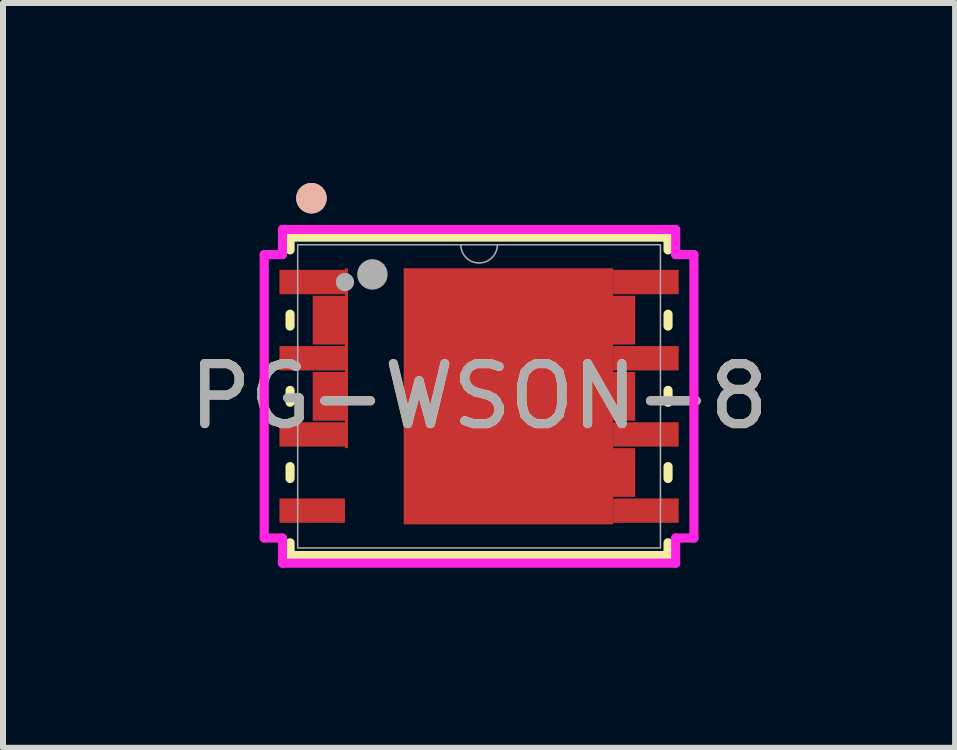
<source format=kicad_pcb>
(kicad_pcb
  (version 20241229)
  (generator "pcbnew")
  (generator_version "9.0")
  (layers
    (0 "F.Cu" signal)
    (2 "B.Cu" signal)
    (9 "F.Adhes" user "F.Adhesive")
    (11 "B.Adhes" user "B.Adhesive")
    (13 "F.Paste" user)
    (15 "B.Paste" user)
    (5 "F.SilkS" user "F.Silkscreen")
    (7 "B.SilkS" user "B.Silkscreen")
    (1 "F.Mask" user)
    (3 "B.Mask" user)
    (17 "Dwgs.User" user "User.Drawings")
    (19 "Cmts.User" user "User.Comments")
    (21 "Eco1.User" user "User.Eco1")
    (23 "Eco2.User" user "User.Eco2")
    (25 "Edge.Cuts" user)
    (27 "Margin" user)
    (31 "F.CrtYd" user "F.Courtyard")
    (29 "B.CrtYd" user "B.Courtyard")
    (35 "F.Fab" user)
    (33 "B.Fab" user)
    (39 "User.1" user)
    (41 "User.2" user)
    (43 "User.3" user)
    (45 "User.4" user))
  (footprint "PG-WSON-8"
    (layer "F.Cu")
    (at 4.935 3.556)
    (property "Reference" "PG-WSON-8" (at 0 0 0) (unlocked yes) (layer "F.SilkS") (effects (font (size 1 1) (thickness 0.15))))
    (attr smd)
    (fp_poly (pts (xy -2.185 -2.134) (xy -2.185 0.864) (xy -2.235 0.864) (xy -2.235 0.406) (xy -2.773 0.406) (xy -2.773 -0.406) (xy -2.235 -0.406) (xy -2.235 -0.864) (xy -2.773 -0.864) (xy -2.773 -1.676) (xy -2.235 -1.676) (xy -2.235 -2.134)) (stroke (width 0) (type solid)) (fill yes) (layer "F.Cu"))
    (fp_poly (pts (xy -1.257 -2.134) (xy -1.257 2.134) (xy 2.603 2.134) (xy 2.235 2.134) (xy 2.235 1.676) (xy 2.603 1.676) (xy 2.603 0.864) (xy 2.235 0.864) (xy 2.235 0.406) (xy 2.603 0.406) (xy 2.603 -0.406) (xy 2.235 -0.406) (xy 2.235 -0.864) (xy 2.603 -0.864) (xy 2.603 -1.676) (xy 2.235 -1.676) (xy 2.235 -2.134)) (stroke (width 0) (type solid)) (fill yes) (layer "F.Cu"))
    (fp_poly (pts (xy -2.185 -2.134) (xy -2.185 0.864) (xy -2.235 0.864) (xy -2.235 0.406) (xy -2.773 0.406) (xy -2.773 -0.406) (xy -2.235 -0.406) (xy -2.235 -0.864) (xy -2.773 -0.864) (xy -2.773 -1.676) (xy -2.235 -1.676) (xy -2.235 -2.134)) (stroke (width 0) (type solid)) (fill yes) (layer "F.Mask"))
    (fp_poly (pts (xy -1.257 -2.134) (xy -1.257 2.134) (xy 2.603 2.134) (xy 2.235 2.134) (xy 2.235 1.676) (xy 2.603 1.676) (xy 2.603 0.864) (xy 2.235 0.864) (xy 2.235 0.406) (xy 2.603 0.406) (xy 2.603 -0.406) (xy 2.235 -0.406) (xy 2.235 -0.864) (xy 2.603 -0.864) (xy 2.603 -1.676) (xy 2.235 -1.676) (xy 2.235 -2.134)) (stroke (width 0) (type solid)) (fill yes) (layer "F.Mask"))
    (fp_line (start -3.15 -2.654) (end -3.15 -2.441) (stroke (width 0.152) (type solid)) (layer "F.SilkS"))
    (fp_line (start -3.15 -1.369) (end -3.15 -1.171) (stroke (width 0.152) (type solid)) (layer "F.SilkS"))
    (fp_line (start -3.15 -0.099) (end -3.15 0.099) (stroke (width 0.152) (type solid)) (layer "F.SilkS"))
    (fp_line (start -3.15 1.171) (end -3.15 1.369) (stroke (width 0.152) (type solid)) (layer "F.SilkS"))
    (fp_line (start -3.15 2.441) (end -3.15 2.654) (stroke (width 0.152) (type solid)) (layer "F.SilkS"))
    (fp_line (start -3.15 2.654) (end 3.15 2.654) (stroke (width 0.152) (type solid)) (layer "F.SilkS"))
    (fp_line (start 3.15 -2.654) (end -3.15 -2.654) (stroke (width 0.152) (type solid)) (layer "F.SilkS"))
    (fp_line (start 3.15 -2.441) (end 3.15 -2.654) (stroke (width 0.152) (type solid)) (layer "F.SilkS"))
    (fp_line (start 3.15 -1.171) (end 3.15 -1.369) (stroke (width 0.152) (type solid)) (layer "F.SilkS"))
    (fp_line (start 3.15 0.099) (end 3.15 -0.099) (stroke (width 0.152) (type solid)) (layer "F.SilkS"))
    (fp_line (start 3.15 1.369) (end 3.15 1.171) (stroke (width 0.152) (type solid)) (layer "F.SilkS"))
    (fp_line (start 3.15 2.654) (end 3.15 2.441) (stroke (width 0.152) (type solid)) (layer "F.SilkS"))
    (fp_circle (center -2.794 -3.302) (end -2.667 -3.302) (stroke (width 0.254) (type solid)) (fill no) (layer "F.SilkS"))
    (fp_circle (center -2.794 -3.302) (end -2.667 -3.302) (stroke (width 0.254) (type solid)) (fill no) (layer "B.SilkS"))
    (fp_poly (pts (xy -2.185 -2.134) (xy -2.185 0.864) (xy -2.235 0.864) (xy -2.235 0.406) (xy -2.773 0.406) (xy -2.773 -0.406) (xy -2.235 -0.406) (xy -2.235 -0.864) (xy -2.773 -0.864) (xy -2.773 -1.676) (xy -2.235 -1.676) (xy -2.235 -2.134)) (stroke (width 0) (type solid)) (fill yes) (layer "F.Paste"))
    (fp_poly (pts (xy -1.257 -2.134) (xy -1.257 2.134) (xy 2.603 2.134) (xy 2.235 2.134) (xy 2.235 1.676) (xy 2.603 1.676) (xy 2.603 0.864) (xy 2.235 0.864) (xy 2.235 0.406) (xy 2.603 0.406) (xy 2.603 -0.406) (xy 2.235 -0.406) (xy 2.235 -0.864) (xy 2.603 -0.864) (xy 2.603 -1.676) (xy 2.235 -1.676) (xy 2.235 -2.134)) (stroke (width 0) (type solid)) (fill yes) (layer "F.Paste"))
    (fp_line (start -3.581 -2.362) (end -3.277 -2.362) (stroke (width 0.152) (type solid)) (layer "F.CrtYd"))
    (fp_line (start -3.581 2.362) (end -3.581 -2.362) (stroke (width 0.152) (type solid)) (layer "F.CrtYd"))
    (fp_line (start -3.581 2.362) (end -3.277 2.362) (stroke (width 0.152) (type solid)) (layer "F.CrtYd"))
    (fp_line (start -3.277 -2.781) (end 3.277 -2.781) (stroke (width 0.152) (type solid)) (layer "F.CrtYd"))
    (fp_line (start -3.277 -2.362) (end -3.277 -2.781) (stroke (width 0.152) (type solid)) (layer "F.CrtYd"))
    (fp_line (start -3.277 2.781) (end -3.277 2.362) (stroke (width 0.152) (type solid)) (layer "F.CrtYd"))
    (fp_line (start 3.277 -2.781) (end 3.277 -2.362) (stroke (width 0.152) (type solid)) (layer "F.CrtYd"))
    (fp_line (start 3.277 2.362) (end 3.277 2.781) (stroke (width 0.152) (type solid)) (layer "F.CrtYd"))
    (fp_line (start 3.277 2.781) (end -3.277 2.781) (stroke (width 0.152) (type solid)) (layer "F.CrtYd"))
    (fp_line (start 3.581 -2.362) (end 3.277 -2.362) (stroke (width 0.152) (type solid)) (layer "F.CrtYd"))
    (fp_line (start 3.581 -2.362) (end 3.581 2.362) (stroke (width 0.152) (type solid)) (layer "F.CrtYd"))
    (fp_line (start 3.581 2.362) (end 3.277 2.362) (stroke (width 0.152) (type solid)) (layer "F.CrtYd"))
    (fp_line (start -3.023 -2.527) (end -3.023 2.527) (stroke (width 0.025) (type solid)) (layer "F.Fab"))
    (fp_line (start -3.023 2.527) (end 3.023 2.527) (stroke (width 0.025) (type solid)) (layer "F.Fab"))
    (fp_line (start 3.023 -2.527) (end -3.023 -2.527) (stroke (width 0.025) (type solid)) (layer "F.Fab"))
    (fp_line (start 3.023 2.527) (end 3.023 -2.527) (stroke (width 0.025) (type solid)) (layer "F.Fab"))
    (fp_arc (start 0.3048 -2.5273) (mid 0 -2.2225) (end -0.3048 -2.5273) (stroke (width 0.0254) (type solid)) (layer "F.Fab"))
    (fp_circle (center -2.235 -1.905) (end -2.235 -1.905) (stroke (width 0.152) (type solid)) (fill no) (layer "F.Fab"))
    (fp_circle (center -1.778 -2.032) (end -1.651 -2.032) (stroke (width 0.254) (type solid)) (fill no) (layer "F.Fab"))
    (fp_text user "${REFERENCE}" (at 0 0 0) (unlocked yes) (layer "F.Fab") (effects (font (size 1 1) (thickness 0.15))))
    (pad "1" smd rect (at -2.781 -1.905) (size 1.092 0.406) (layers "F.Cu" "F.Mask" "F.Paste"))
    (pad "2" smd rect (at -2.781 -0.635) (size 1.092 0.406) (layers "F.Cu" "F.Mask" "F.Paste"))
    (pad "3" smd rect (at -2.781 0.635) (size 1.092 0.406) (layers "F.Cu" "F.Mask" "F.Paste"))
    (pad "4" smd rect (at -2.781 1.905) (size 1.092 0.406) (layers "F.Cu" "F.Mask" "F.Paste"))
    (pad "5" smd rect (at 2.781 1.905) (size 1.092 0.406) (layers "F.Cu" "F.Mask" "F.Paste"))
    (pad "6" smd rect (at 2.781 0.635) (size 1.092 0.406) (layers "F.Cu" "F.Mask" "F.Paste"))
    (pad "7" smd rect (at 2.781 -0.635) (size 1.092 0.406) (layers "F.Cu" "F.Mask" "F.Paste"))
    (pad "8" smd rect (at 2.781 -1.905) (size 1.092 0.406) (layers "F.Cu" "F.Mask" "F.Paste")))
  (gr_rect
    (start -3 -3)
    (end 12.869 9.414)
    (stroke (width 0.1) (type default))
    (fill no)
    (layer "Edge.Cuts")))
</source>
